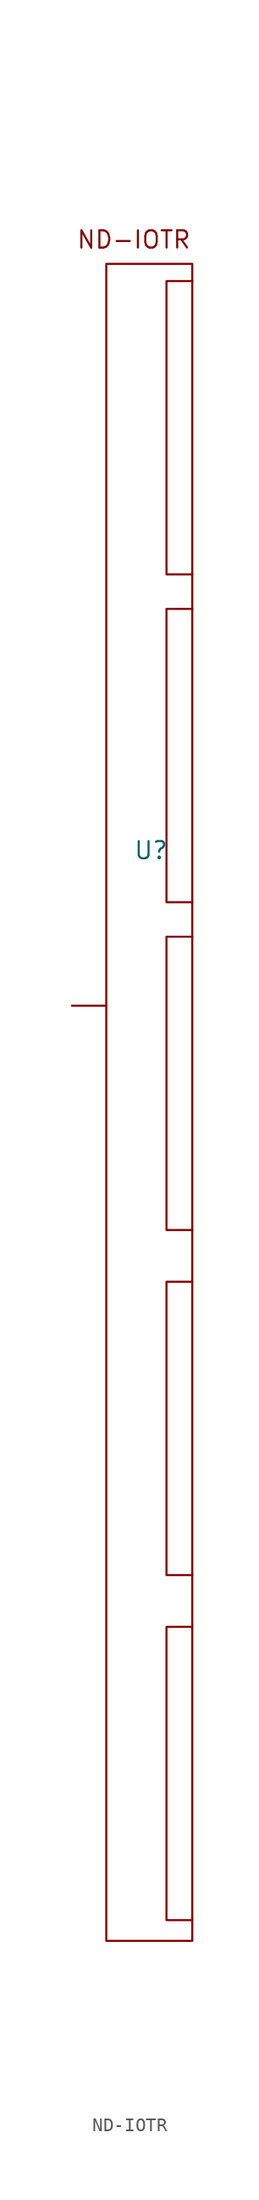
<source format=kicad_sym>
(kicad_symbol_lib
  (version 20231120)
  (generator "kicad_symbol_editor")
  (generator_version "8.0")
  (symbol "ND-IOTR"
    (property "Reference" "U"
      (at 3.302 11.43 0)
      (effects (font (size 1.27 1.27))))
    (property "Value" ""
      (at 0 0 0)
      (effects (font (size 1.27 1.27))))
    (symbol "ND-IOTR_0_1"
      (polyline (pts (xy 6.35 -45.72) (xy 4.445 -45.72) (xy 4.445 -67.31) (xy 6.35 -67.31)) (stroke (width 0) (type default)) (fill (type none)))
      (polyline (pts (xy 6.35 -20.32) (xy 4.445 -20.32) (xy 4.445 -41.91) (xy 6.35 -41.91)) (stroke (width 0) (type default)) (fill (type none)))
      (polyline (pts (xy 6.35 5.08) (xy 4.445 5.08) (xy 4.445 -16.51) (xy 6.35 -16.51)) (stroke (width 0) (type default)) (fill (type none)))
      (polyline (pts (xy 6.35 29.21) (xy 4.445 29.21) (xy 4.445 7.62) (xy 6.35 7.62)) (stroke (width 0) (type default)) (fill (type none)))
      (polyline (pts (xy 6.35 31.75) (xy 4.445 31.75) (xy 4.445 53.34) (xy 6.35 53.34)) (stroke (width 0) (type default)) (fill (type none)))
      (rectangle (start 0 54.61) (end 6.35 -68.834) (stroke (width 0) (type default)) (fill (type none))))
    (symbol "ND-IOTR_1_1"
      (text "ND-IOTR" (at 2.032 56.388 0) (effects (font (size 1.27 1.27))))
      (pin input line (at -2.54 0 0) (length 2.54) (name "" (effects (font (size 0.889 0.889)))) (number "" (effects (font (size 1.27 1.27))))))))
</source>
